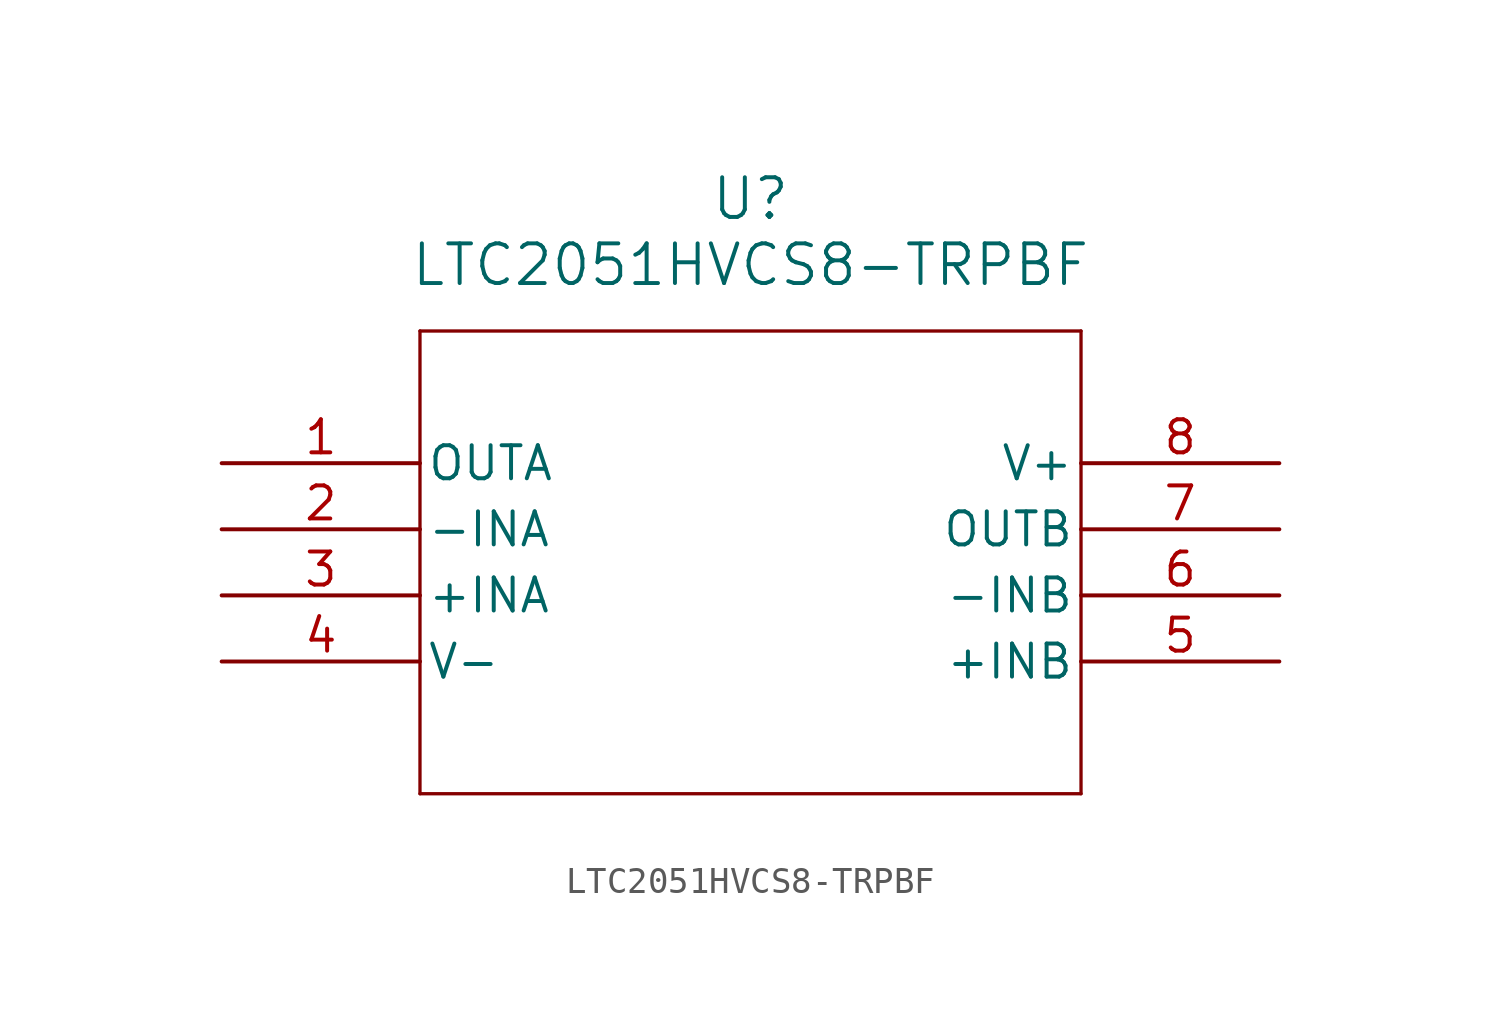
<source format=kicad_sym>
(kicad_symbol_lib
  (version 20211014)
  (generator kicad_symbol_editor)
  (symbol "LTC2051HVCS8-TRPBF"
    (pin_names
      (offset 0.254))
    (property "Reference" "U"
      (at 20.32 10.16 0)
      (effects (font (size 1.524 1.524))))
    (property "Value" "LTC2051HVCS8-TRPBF"
      (at 20.32 7.62 0)
      (effects (font (size 1.524 1.524))))
    (polyline
      (pts (xy 7.62 5.08) (xy 7.62 -12.7))
      (stroke (width 0.127) (type default) (color 0 0 0 0))
      (fill (type none)))
    (polyline
      (pts (xy 7.62 -12.7) (xy 33.02 -12.7))
      (stroke (width 0.127) (type default) (color 0 0 0 0))
      (fill (type none)))
    (polyline
      (pts (xy 33.02 -12.7) (xy 33.02 5.08))
      (stroke (width 0.127) (type default) (color 0 0 0 0))
      (fill (type none)))
    (polyline
      (pts (xy 33.02 5.08) (xy 7.62 5.08))
      (stroke (width 0.127) (type default) (color 0 0 0 0))
      (fill (type none)))
    (pin output line
      (at 0 0 0)
      (length 7.62)
      (name "OUTA" (effects (font (size 1.27 1.27))))
      (number "1" (effects (font (size 1.27 1.27)))))
    (pin input line
      (at 0 -2.54 0)
      (length 7.62)
      (name "-INA" (effects (font (size 1.27 1.27))))
      (number "2" (effects (font (size 1.27 1.27)))))
    (pin input line
      (at 0 -5.08 0)
      (length 7.62)
      (name "+INA" (effects (font (size 1.27 1.27))))
      (number "3" (effects (font (size 1.27 1.27)))))
    (pin power_in line
      (at 0 -7.62 0)
      (length 7.62)
      (name "V-" (effects (font (size 1.27 1.27))))
      (number "4" (effects (font (size 1.27 1.27)))))
    (pin input line
      (at 40.64 -7.62 180)
      (length 7.62)
      (name "+INB" (effects (font (size 1.27 1.27))))
      (number "5" (effects (font (size 1.27 1.27)))))
    (pin input line
      (at 40.64 -5.08 180)
      (length 7.62)
      (name "-INB" (effects (font (size 1.27 1.27))))
      (number "6" (effects (font (size 1.27 1.27)))))
    (pin output line
      (at 40.64 -2.54 180)
      (length 7.62)
      (name "OUTB" (effects (font (size 1.27 1.27))))
      (number "7" (effects (font (size 1.27 1.27)))))
    (pin power_in line
      (at 40.64 0 180)
      (length 7.62)
      (name "V+" (effects (font (size 1.27 1.27))))
      (number "8" (effects (font (size 1.27 1.27)))))))
</source>
